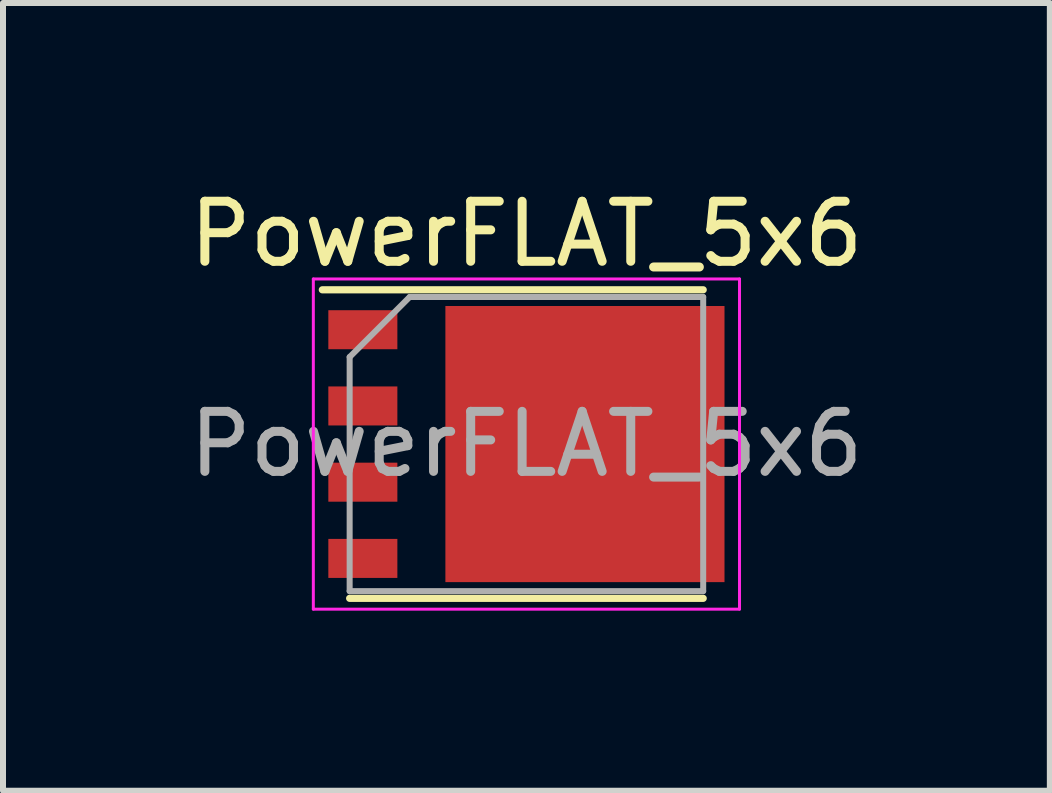
<source format=kicad_pcb>
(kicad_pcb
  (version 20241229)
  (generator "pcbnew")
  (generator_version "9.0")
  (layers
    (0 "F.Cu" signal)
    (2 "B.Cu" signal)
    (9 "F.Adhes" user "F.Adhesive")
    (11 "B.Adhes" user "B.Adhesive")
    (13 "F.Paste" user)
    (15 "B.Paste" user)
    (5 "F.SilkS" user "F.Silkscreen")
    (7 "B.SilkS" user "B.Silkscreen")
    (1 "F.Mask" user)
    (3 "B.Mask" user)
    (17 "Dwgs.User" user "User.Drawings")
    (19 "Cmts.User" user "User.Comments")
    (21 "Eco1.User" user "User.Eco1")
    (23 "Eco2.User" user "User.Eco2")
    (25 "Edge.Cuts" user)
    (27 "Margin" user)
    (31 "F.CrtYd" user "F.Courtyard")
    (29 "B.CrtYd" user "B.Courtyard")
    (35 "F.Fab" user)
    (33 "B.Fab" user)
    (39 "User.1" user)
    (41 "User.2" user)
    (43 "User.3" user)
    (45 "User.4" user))
  (footprint "PowerFLAT_5x6"
    (layer "F.Cu")
    (at 5.72 4.348)
    (property "Reference" "PowerFLAT_5x6" (at 0 -3.5 0) (layer "F.SilkS") (effects (font (size 1 1) (thickness 0.15))))
    (attr smd)
    (fp_line (start -3.4 -2.57) (end 2.945 -2.57) (stroke (width 0.12) (type solid)) (layer "F.SilkS"))
    (fp_line (start -2.945 2.57) (end 2.945 2.57) (stroke (width 0.12) (type solid)) (layer "F.SilkS"))
    (fp_line (start -3.55 -2.75) (end -3.55 2.75) (stroke (width 0.05) (type solid)) (layer "F.CrtYd"))
    (fp_line (start -3.55 -2.75) (end 3.55 -2.75) (stroke (width 0.05) (type solid)) (layer "F.CrtYd"))
    (fp_line (start -3.55 2.75) (end 3.55 2.75) (stroke (width 0.05) (type solid)) (layer "F.CrtYd"))
    (fp_line (start 3.55 -2.75) (end 3.55 2.75) (stroke (width 0.05) (type solid)) (layer "F.CrtYd"))
    (fp_line (start -2.945 2.45) (end -2.945 -1.45) (stroke (width 0.1) (type solid)) (layer "F.Fab"))
    (fp_line (start -1.945 -2.45) (end -2.945 -1.45) (stroke (width 0.1) (type solid)) (layer "F.Fab"))
    (fp_line (start -1.945 -2.45) (end 2.945 -2.45) (stroke (width 0.1) (type solid)) (layer "F.Fab"))
    (fp_line (start 2.945 -2.45) (end 2.945 2.45) (stroke (width 0.1) (type solid)) (layer "F.Fab"))
    (fp_line (start 2.945 2.45) (end -2.945 2.45) (stroke (width 0.1) (type solid)) (layer "F.Fab"))
    (fp_text user "${REFERENCE}" (at 0 0 0) (layer "F.Fab") (effects (font (size 1 1) (thickness 0.15))))
    (pad "1" smd rect (at -2.725 -1.905) (size 1.15 0.65) (layers "F.Cu" "F.Mask" "F.Paste"))
    (pad "2" smd rect (at -2.725 -0.635) (size 1.15 0.65) (layers "F.Cu" "F.Mask" "F.Paste"))
    (pad "3" smd rect (at -2.725 0.635) (size 1.15 0.65) (layers "F.Cu" "F.Mask" "F.Paste"))
    (pad "4" smd rect (at -2.725 1.905) (size 1.15 0.65) (layers "F.Cu" "F.Mask" "F.Paste"))
    (pad "5" smd rect (at 0.975 0) (size 4.65 4.6) (layers "F.Cu" "F.Mask" "F.Paste")))
  (gr_rect
    (start -3 -3)
    (end 14.44 10.123)
    (stroke (width 0.1) (type default))
    (fill no)
    (layer "Edge.Cuts")))
</source>
